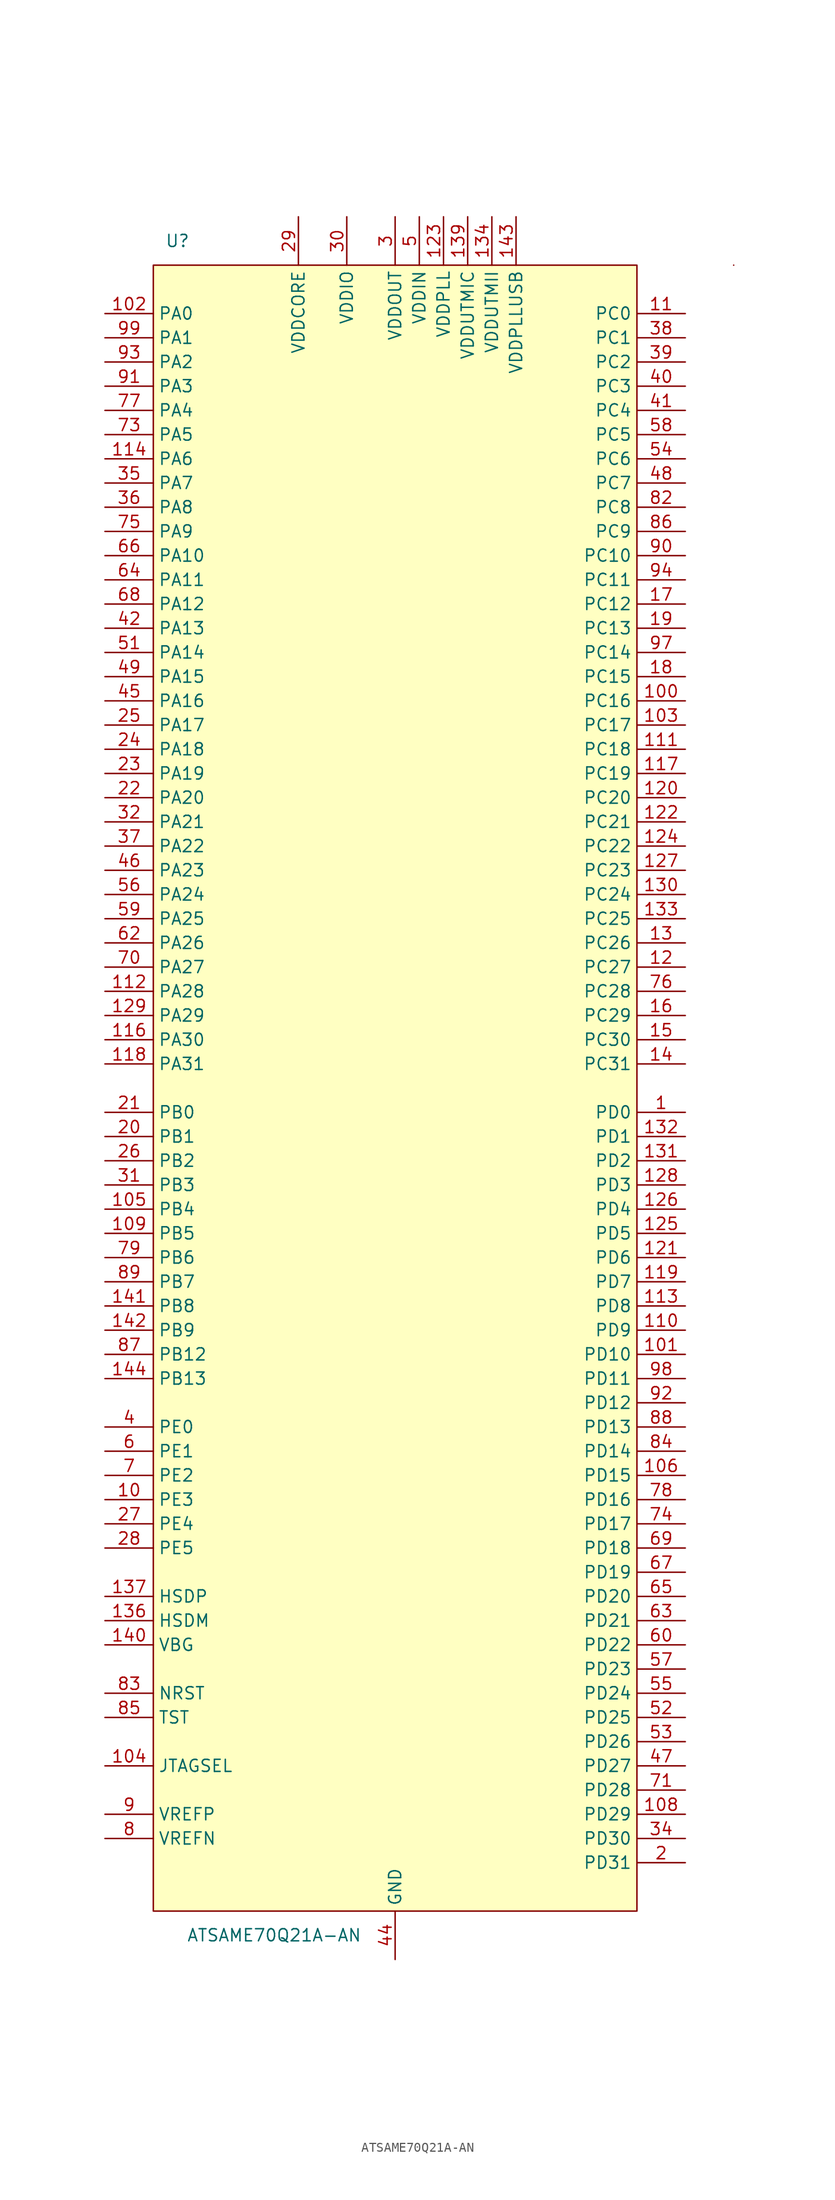
<source format=kicad_sym>
(kicad_symbol_lib
  (version 20231120)
  (generator "kicad_symbol_editor")
  (generator_version "8.0")
  (symbol "ATSAME70Q21A-AN"
    (property "Reference" "U"
      (at -22.86 88.9 0)
      (effects (font (size 1.27 1.27))))
    (property "Value" "ATSAME70Q21A-AN"
      (at -12.7 -88.9 0)
      (effects (font (size 1.27 1.27))))
    (symbol "ATSAME70Q21A-AN_0_1"
      (rectangle (start -25.4 86.36) (end 25.4 -86.36) (stroke (width 0) (type default)) (fill (type background)))
      (rectangle (start 35.56 86.36) (end 35.56 86.36) (stroke (width 0) (type default)) (fill (type none))))
    (symbol "ATSAME70Q21A-AN_1_1"
      (pin bidirectional line (at 30.48 -2.54 180) (length 5.08) (name "PD0" (effects (font (size 1.27 1.27)))) (number "1" (effects (font (size 1.27 1.27)))))
      (pin bidirectional line (at -30.48 -43.18 0) (length 5.08) (name "PE3" (effects (font (size 1.27 1.27)))) (number "10" (effects (font (size 1.27 1.27)))))
      (pin bidirectional line (at 30.48 40.64 180) (length 5.08) (name "PC16" (effects (font (size 1.27 1.27)))) (number "100" (effects (font (size 1.27 1.27)))))
      (pin bidirectional line (at 30.48 -27.94 180) (length 5.08) (name "PD10" (effects (font (size 1.27 1.27)))) (number "101" (effects (font (size 1.27 1.27)))))
      (pin bidirectional line (at -30.48 81.28 0) (length 5.08) (name "PA0" (effects (font (size 1.27 1.27)))) (number "102" (effects (font (size 1.27 1.27)))))
      (pin bidirectional line (at 30.48 38.1 180) (length 5.08) (name "PC17" (effects (font (size 1.27 1.27)))) (number "103" (effects (font (size 1.27 1.27)))))
      (pin input line (at -30.48 -71.12 0) (length 5.08) (name "JTAGSEL" (effects (font (size 1.27 1.27)))) (number "104" (effects (font (size 1.27 1.27)))))
      (pin bidirectional line (at -30.48 -12.7 0) (length 5.08) (name "PB4" (effects (font (size 1.27 1.27)))) (number "105" (effects (font (size 1.27 1.27)))))
      (pin bidirectional line (at 30.48 -40.64 180) (length 5.08) (name "PD15" (effects (font (size 1.27 1.27)))) (number "106" (effects (font (size 1.27 1.27)))))
      (pin passive line (at -10.16 91.44 270) (length 5.08) hide (name "VDDCORE" (effects (font (size 1.27 1.27)))) (number "107" (effects (font (size 1.27 1.27)))))
      (pin bidirectional line (at 30.48 -76.2 180) (length 5.08) (name "PD29" (effects (font (size 1.27 1.27)))) (number "108" (effects (font (size 1.27 1.27)))))
      (pin bidirectional line (at -30.48 -15.24 0) (length 5.08) (name "PB5" (effects (font (size 1.27 1.27)))) (number "109" (effects (font (size 1.27 1.27)))))
      (pin bidirectional line (at 30.48 81.28 180) (length 5.08) (name "PC0" (effects (font (size 1.27 1.27)))) (number "11" (effects (font (size 1.27 1.27)))))
      (pin bidirectional line (at 30.48 -25.4 180) (length 5.08) (name "PD9" (effects (font (size 1.27 1.27)))) (number "110" (effects (font (size 1.27 1.27)))))
      (pin bidirectional line (at 30.48 35.56 180) (length 5.08) (name "PC18" (effects (font (size 1.27 1.27)))) (number "111" (effects (font (size 1.27 1.27)))))
      (pin bidirectional line (at -30.48 10.16 0) (length 5.08) (name "PA28" (effects (font (size 1.27 1.27)))) (number "112" (effects (font (size 1.27 1.27)))))
      (pin bidirectional line (at 30.48 -22.86 180) (length 5.08) (name "PD8" (effects (font (size 1.27 1.27)))) (number "113" (effects (font (size 1.27 1.27)))))
      (pin bidirectional line (at -30.48 66.04 0) (length 5.08) (name "PA6" (effects (font (size 1.27 1.27)))) (number "114" (effects (font (size 1.27 1.27)))))
      (pin passive line (at 0 -91.44 90) (length 5.08) hide (name "GND" (effects (font (size 1.27 1.27)))) (number "115" (effects (font (size 1.27 1.27)))))
      (pin bidirectional line (at -30.48 5.08 0) (length 5.08) (name "PA30" (effects (font (size 1.27 1.27)))) (number "116" (effects (font (size 1.27 1.27)))))
      (pin bidirectional line (at 30.48 33.02 180) (length 5.08) (name "PC19" (effects (font (size 1.27 1.27)))) (number "117" (effects (font (size 1.27 1.27)))))
      (pin bidirectional line (at -30.48 2.54 0) (length 5.08) (name "PA31" (effects (font (size 1.27 1.27)))) (number "118" (effects (font (size 1.27 1.27)))))
      (pin bidirectional line (at 30.48 -20.32 180) (length 5.08) (name "PD7" (effects (font (size 1.27 1.27)))) (number "119" (effects (font (size 1.27 1.27)))))
      (pin bidirectional line (at 30.48 12.7 180) (length 5.08) (name "PC27" (effects (font (size 1.27 1.27)))) (number "12" (effects (font (size 1.27 1.27)))))
      (pin bidirectional line (at 30.48 30.48 180) (length 5.08) (name "PC20" (effects (font (size 1.27 1.27)))) (number "120" (effects (font (size 1.27 1.27)))))
      (pin bidirectional line (at 30.48 -17.78 180) (length 5.08) (name "PD6" (effects (font (size 1.27 1.27)))) (number "121" (effects (font (size 1.27 1.27)))))
      (pin bidirectional line (at 30.48 27.94 180) (length 5.08) (name "PC21" (effects (font (size 1.27 1.27)))) (number "122" (effects (font (size 1.27 1.27)))))
      (pin power_in line (at 5.08 91.44 270) (length 5.08) (name "VDDPLL" (effects (font (size 1.27 1.27)))) (number "123" (effects (font (size 1.27 1.27)))))
      (pin bidirectional line (at 30.48 25.4 180) (length 5.08) (name "PC22" (effects (font (size 1.27 1.27)))) (number "124" (effects (font (size 1.27 1.27)))))
      (pin bidirectional line (at 30.48 -15.24 180) (length 5.08) (name "PD5" (effects (font (size 1.27 1.27)))) (number "125" (effects (font (size 1.27 1.27)))))
      (pin bidirectional line (at 30.48 -12.7 180) (length 5.08) (name "PD4" (effects (font (size 1.27 1.27)))) (number "126" (effects (font (size 1.27 1.27)))))
      (pin bidirectional line (at 30.48 22.86 180) (length 5.08) (name "PC23" (effects (font (size 1.27 1.27)))) (number "127" (effects (font (size 1.27 1.27)))))
      (pin bidirectional line (at 30.48 -10.16 180) (length 5.08) (name "PD3" (effects (font (size 1.27 1.27)))) (number "128" (effects (font (size 1.27 1.27)))))
      (pin bidirectional line (at -30.48 7.62 0) (length 5.08) (name "PA29" (effects (font (size 1.27 1.27)))) (number "129" (effects (font (size 1.27 1.27)))))
      (pin bidirectional line (at 30.48 15.24 180) (length 5.08) (name "PC26" (effects (font (size 1.27 1.27)))) (number "13" (effects (font (size 1.27 1.27)))))
      (pin bidirectional line (at 30.48 20.32 180) (length 5.08) (name "PC24" (effects (font (size 1.27 1.27)))) (number "130" (effects (font (size 1.27 1.27)))))
      (pin bidirectional line (at 30.48 -7.62 180) (length 5.08) (name "PD2" (effects (font (size 1.27 1.27)))) (number "131" (effects (font (size 1.27 1.27)))))
      (pin bidirectional line (at 30.48 -5.08 180) (length 5.08) (name "PD1" (effects (font (size 1.27 1.27)))) (number "132" (effects (font (size 1.27 1.27)))))
      (pin bidirectional line (at 30.48 17.78 180) (length 5.08) (name "PC25" (effects (font (size 1.27 1.27)))) (number "133" (effects (font (size 1.27 1.27)))))
      (pin power_in line (at 10.16 91.44 270) (length 5.08) (name "VDDUTMII" (effects (font (size 1.27 1.27)))) (number "134" (effects (font (size 1.27 1.27)))))
      (pin passive line (at 0 -91.44 90) (length 5.08) hide (name "GND" (effects (font (size 1.27 1.27)))) (number "135" (effects (font (size 1.27 1.27)))))
      (pin bidirectional line (at -30.48 -55.88 0) (length 5.08) (name "HSDM" (effects (font (size 1.27 1.27)))) (number "136" (effects (font (size 1.27 1.27)))))
      (pin bidirectional line (at -30.48 -53.34 0) (length 5.08) (name "HSDP" (effects (font (size 1.27 1.27)))) (number "137" (effects (font (size 1.27 1.27)))))
      (pin passive line (at 0 -91.44 90) (length 5.08) hide (name "GND" (effects (font (size 1.27 1.27)))) (number "138" (effects (font (size 1.27 1.27)))))
      (pin power_in line (at 7.62 91.44 270) (length 5.08) (name "VDDUTMIC" (effects (font (size 1.27 1.27)))) (number "139" (effects (font (size 1.27 1.27)))))
      (pin bidirectional line (at 30.48 2.54 180) (length 5.08) (name "PC31" (effects (font (size 1.27 1.27)))) (number "14" (effects (font (size 1.27 1.27)))))
      (pin input line (at -30.48 -58.42 0) (length 5.08) (name "VBG" (effects (font (size 1.27 1.27)))) (number "140" (effects (font (size 1.27 1.27)))))
      (pin bidirectional line (at -30.48 -22.86 0) (length 5.08) (name "PB8" (effects (font (size 1.27 1.27)))) (number "141" (effects (font (size 1.27 1.27)))))
      (pin bidirectional line (at -30.48 -25.4 0) (length 5.08) (name "PB9" (effects (font (size 1.27 1.27)))) (number "142" (effects (font (size 1.27 1.27)))))
      (pin power_in line (at 12.7 91.44 270) (length 5.08) (name "VDDPLLUSB" (effects (font (size 1.27 1.27)))) (number "143" (effects (font (size 1.27 1.27)))))
      (pin bidirectional line (at -30.48 -30.48 0) (length 5.08) (name "PB13" (effects (font (size 1.27 1.27)))) (number "144" (effects (font (size 1.27 1.27)))))
      (pin bidirectional line (at 30.48 5.08 180) (length 5.08) (name "PC30" (effects (font (size 1.27 1.27)))) (number "15" (effects (font (size 1.27 1.27)))))
      (pin bidirectional line (at 30.48 7.62 180) (length 5.08) (name "PC29" (effects (font (size 1.27 1.27)))) (number "16" (effects (font (size 1.27 1.27)))))
      (pin bidirectional line (at 30.48 50.8 180) (length 5.08) (name "PC12" (effects (font (size 1.27 1.27)))) (number "17" (effects (font (size 1.27 1.27)))))
      (pin bidirectional line (at 30.48 43.18 180) (length 5.08) (name "PC15" (effects (font (size 1.27 1.27)))) (number "18" (effects (font (size 1.27 1.27)))))
      (pin bidirectional line (at 30.48 48.26 180) (length 5.08) (name "PC13" (effects (font (size 1.27 1.27)))) (number "19" (effects (font (size 1.27 1.27)))))
      (pin bidirectional line (at 30.48 -81.28 180) (length 5.08) (name "PD31" (effects (font (size 1.27 1.27)))) (number "2" (effects (font (size 1.27 1.27)))))
      (pin bidirectional line (at -30.48 -5.08 0) (length 5.08) (name "PB1" (effects (font (size 1.27 1.27)))) (number "20" (effects (font (size 1.27 1.27)))))
      (pin bidirectional line (at -30.48 -2.54 0) (length 5.08) (name "PB0" (effects (font (size 1.27 1.27)))) (number "21" (effects (font (size 1.27 1.27)))))
      (pin bidirectional line (at -30.48 30.48 0) (length 5.08) (name "PA20" (effects (font (size 1.27 1.27)))) (number "22" (effects (font (size 1.27 1.27)))))
      (pin bidirectional line (at -30.48 33.02 0) (length 5.08) (name "PA19" (effects (font (size 1.27 1.27)))) (number "23" (effects (font (size 1.27 1.27)))))
      (pin bidirectional line (at -30.48 35.56 0) (length 5.08) (name "PA18" (effects (font (size 1.27 1.27)))) (number "24" (effects (font (size 1.27 1.27)))))
      (pin bidirectional line (at -30.48 38.1 0) (length 5.08) (name "PA17" (effects (font (size 1.27 1.27)))) (number "25" (effects (font (size 1.27 1.27)))))
      (pin bidirectional line (at -30.48 -7.62 0) (length 5.08) (name "PB2" (effects (font (size 1.27 1.27)))) (number "26" (effects (font (size 1.27 1.27)))))
      (pin bidirectional line (at -30.48 -45.72 0) (length 5.08) (name "PE4" (effects (font (size 1.27 1.27)))) (number "27" (effects (font (size 1.27 1.27)))))
      (pin bidirectional line (at -30.48 -48.26 0) (length 5.08) (name "PE5" (effects (font (size 1.27 1.27)))) (number "28" (effects (font (size 1.27 1.27)))))
      (pin power_in line (at -10.16 91.44 270) (length 5.08) (name "VDDCORE" (effects (font (size 1.27 1.27)))) (number "29" (effects (font (size 1.27 1.27)))))
      (pin power_out line (at 0 91.44 270) (length 5.08) (name "VDDOUT" (effects (font (size 1.27 1.27)))) (number "3" (effects (font (size 1.27 1.27)))))
      (pin power_in line (at -5.08 91.44 270) (length 5.08) (name "VDDIO" (effects (font (size 1.27 1.27)))) (number "30" (effects (font (size 1.27 1.27)))))
      (pin bidirectional line (at -30.48 -10.16 0) (length 5.08) (name "PB3" (effects (font (size 1.27 1.27)))) (number "31" (effects (font (size 1.27 1.27)))))
      (pin bidirectional line (at -30.48 27.94 0) (length 5.08) (name "PA21" (effects (font (size 1.27 1.27)))) (number "32" (effects (font (size 1.27 1.27)))))
      (pin passive line (at -10.16 91.44 270) (length 5.08) hide (name "VDDCORE" (effects (font (size 1.27 1.27)))) (number "33" (effects (font (size 1.27 1.27)))))
      (pin bidirectional line (at 30.48 -78.74 180) (length 5.08) (name "PD30" (effects (font (size 1.27 1.27)))) (number "34" (effects (font (size 1.27 1.27)))))
      (pin bidirectional line (at -30.48 63.5 0) (length 5.08) (name "PA7" (effects (font (size 1.27 1.27)))) (number "35" (effects (font (size 1.27 1.27)))))
      (pin bidirectional line (at -30.48 60.96 0) (length 5.08) (name "PA8" (effects (font (size 1.27 1.27)))) (number "36" (effects (font (size 1.27 1.27)))))
      (pin bidirectional line (at -30.48 25.4 0) (length 5.08) (name "PA22" (effects (font (size 1.27 1.27)))) (number "37" (effects (font (size 1.27 1.27)))))
      (pin bidirectional line (at 30.48 78.74 180) (length 5.08) (name "PC1" (effects (font (size 1.27 1.27)))) (number "38" (effects (font (size 1.27 1.27)))))
      (pin bidirectional line (at 30.48 76.2 180) (length 5.08) (name "PC2" (effects (font (size 1.27 1.27)))) (number "39" (effects (font (size 1.27 1.27)))))
      (pin bidirectional line (at -30.48 -35.56 0) (length 5.08) (name "PE0" (effects (font (size 1.27 1.27)))) (number "4" (effects (font (size 1.27 1.27)))))
      (pin bidirectional line (at 30.48 73.66 180) (length 5.08) (name "PC3" (effects (font (size 1.27 1.27)))) (number "40" (effects (font (size 1.27 1.27)))))
      (pin bidirectional line (at 30.48 71.12 180) (length 5.08) (name "PC4" (effects (font (size 1.27 1.27)))) (number "41" (effects (font (size 1.27 1.27)))))
      (pin bidirectional line (at -30.48 48.26 0) (length 5.08) (name "PA13" (effects (font (size 1.27 1.27)))) (number "42" (effects (font (size 1.27 1.27)))))
      (pin passive line (at -5.08 91.44 270) (length 5.08) hide (name "VDDIO" (effects (font (size 1.27 1.27)))) (number "43" (effects (font (size 1.27 1.27)))))
      (pin power_in line (at 0 -91.44 90) (length 5.08) (name "GND" (effects (font (size 1.27 1.27)))) (number "44" (effects (font (size 1.27 1.27)))))
      (pin bidirectional line (at -30.48 40.64 0) (length 5.08) (name "PA16" (effects (font (size 1.27 1.27)))) (number "45" (effects (font (size 1.27 1.27)))))
      (pin bidirectional line (at -30.48 22.86 0) (length 5.08) (name "PA23" (effects (font (size 1.27 1.27)))) (number "46" (effects (font (size 1.27 1.27)))))
      (pin bidirectional line (at 30.48 -71.12 180) (length 5.08) (name "PD27" (effects (font (size 1.27 1.27)))) (number "47" (effects (font (size 1.27 1.27)))))
      (pin bidirectional line (at 30.48 63.5 180) (length 5.08) (name "PC7" (effects (font (size 1.27 1.27)))) (number "48" (effects (font (size 1.27 1.27)))))
      (pin bidirectional line (at -30.48 43.18 0) (length 5.08) (name "PA15" (effects (font (size 1.27 1.27)))) (number "49" (effects (font (size 1.27 1.27)))))
      (pin power_in line (at 2.54 91.44 270) (length 5.08) (name "VDDIN" (effects (font (size 1.27 1.27)))) (number "5" (effects (font (size 1.27 1.27)))))
      (pin passive line (at -10.16 91.44 270) (length 5.08) hide (name "VDDCORE" (effects (font (size 1.27 1.27)))) (number "50" (effects (font (size 1.27 1.27)))))
      (pin bidirectional line (at -30.48 45.72 0) (length 5.08) (name "PA14" (effects (font (size 1.27 1.27)))) (number "51" (effects (font (size 1.27 1.27)))))
      (pin bidirectional line (at 30.48 -66.04 180) (length 5.08) (name "PD25" (effects (font (size 1.27 1.27)))) (number "52" (effects (font (size 1.27 1.27)))))
      (pin bidirectional line (at 30.48 -68.58 180) (length 5.08) (name "PD26" (effects (font (size 1.27 1.27)))) (number "53" (effects (font (size 1.27 1.27)))))
      (pin bidirectional line (at 30.48 66.04 180) (length 5.08) (name "PC6" (effects (font (size 1.27 1.27)))) (number "54" (effects (font (size 1.27 1.27)))))
      (pin bidirectional line (at 30.48 -63.5 180) (length 5.08) (name "PD24" (effects (font (size 1.27 1.27)))) (number "55" (effects (font (size 1.27 1.27)))))
      (pin bidirectional line (at -30.48 20.32 0) (length 5.08) (name "PA24" (effects (font (size 1.27 1.27)))) (number "56" (effects (font (size 1.27 1.27)))))
      (pin bidirectional line (at 30.48 -60.96 180) (length 5.08) (name "PD23" (effects (font (size 1.27 1.27)))) (number "57" (effects (font (size 1.27 1.27)))))
      (pin bidirectional line (at 30.48 68.58 180) (length 5.08) (name "PC5" (effects (font (size 1.27 1.27)))) (number "58" (effects (font (size 1.27 1.27)))))
      (pin bidirectional line (at -30.48 17.78 0) (length 5.08) (name "PA25" (effects (font (size 1.27 1.27)))) (number "59" (effects (font (size 1.27 1.27)))))
      (pin bidirectional line (at -30.48 -38.1 0) (length 5.08) (name "PE1" (effects (font (size 1.27 1.27)))) (number "6" (effects (font (size 1.27 1.27)))))
      (pin bidirectional line (at 30.48 -58.42 180) (length 5.08) (name "PD22" (effects (font (size 1.27 1.27)))) (number "60" (effects (font (size 1.27 1.27)))))
      (pin passive line (at 0 -91.44 90) (length 5.08) hide (name "GND" (effects (font (size 1.27 1.27)))) (number "61" (effects (font (size 1.27 1.27)))))
      (pin bidirectional line (at -30.48 15.24 0) (length 5.08) (name "PA26" (effects (font (size 1.27 1.27)))) (number "62" (effects (font (size 1.27 1.27)))))
      (pin bidirectional line (at 30.48 -55.88 180) (length 5.08) (name "PD21" (effects (font (size 1.27 1.27)))) (number "63" (effects (font (size 1.27 1.27)))))
      (pin bidirectional line (at -30.48 53.34 0) (length 5.08) (name "PA11" (effects (font (size 1.27 1.27)))) (number "64" (effects (font (size 1.27 1.27)))))
      (pin bidirectional line (at 30.48 -53.34 180) (length 5.08) (name "PD20" (effects (font (size 1.27 1.27)))) (number "65" (effects (font (size 1.27 1.27)))))
      (pin bidirectional line (at -30.48 55.88 0) (length 5.08) (name "PA10" (effects (font (size 1.27 1.27)))) (number "66" (effects (font (size 1.27 1.27)))))
      (pin bidirectional line (at 30.48 -50.8 180) (length 5.08) (name "PD19" (effects (font (size 1.27 1.27)))) (number "67" (effects (font (size 1.27 1.27)))))
      (pin bidirectional line (at -30.48 50.8 0) (length 5.08) (name "PA12" (effects (font (size 1.27 1.27)))) (number "68" (effects (font (size 1.27 1.27)))))
      (pin bidirectional line (at 30.48 -48.26 180) (length 5.08) (name "PD18" (effects (font (size 1.27 1.27)))) (number "69" (effects (font (size 1.27 1.27)))))
      (pin bidirectional line (at -30.48 -40.64 0) (length 5.08) (name "PE2" (effects (font (size 1.27 1.27)))) (number "7" (effects (font (size 1.27 1.27)))))
      (pin bidirectional line (at -30.48 12.7 0) (length 5.08) (name "PA27" (effects (font (size 1.27 1.27)))) (number "70" (effects (font (size 1.27 1.27)))))
      (pin bidirectional line (at 30.48 -73.66 180) (length 5.08) (name "PD28" (effects (font (size 1.27 1.27)))) (number "71" (effects (font (size 1.27 1.27)))))
      (pin passive line (at -5.08 91.44 270) (length 5.08) hide (name "VDDIO" (effects (font (size 1.27 1.27)))) (number "72" (effects (font (size 1.27 1.27)))))
      (pin bidirectional line (at -30.48 68.58 0) (length 5.08) (name "PA5" (effects (font (size 1.27 1.27)))) (number "73" (effects (font (size 1.27 1.27)))))
      (pin bidirectional line (at 30.48 -45.72 180) (length 5.08) (name "PD17" (effects (font (size 1.27 1.27)))) (number "74" (effects (font (size 1.27 1.27)))))
      (pin bidirectional line (at -30.48 58.42 0) (length 5.08) (name "PA9" (effects (font (size 1.27 1.27)))) (number "75" (effects (font (size 1.27 1.27)))))
      (pin bidirectional line (at 30.48 10.16 180) (length 5.08) (name "PC28" (effects (font (size 1.27 1.27)))) (number "76" (effects (font (size 1.27 1.27)))))
      (pin bidirectional line (at -30.48 71.12 0) (length 5.08) (name "PA4" (effects (font (size 1.27 1.27)))) (number "77" (effects (font (size 1.27 1.27)))))
      (pin bidirectional line (at 30.48 -43.18 180) (length 5.08) (name "PD16" (effects (font (size 1.27 1.27)))) (number "78" (effects (font (size 1.27 1.27)))))
      (pin bidirectional line (at -30.48 -17.78 0) (length 5.08) (name "PB6" (effects (font (size 1.27 1.27)))) (number "79" (effects (font (size 1.27 1.27)))))
      (pin bidirectional line (at -30.48 -78.74 0) (length 5.08) (name "VREFN" (effects (font (size 1.27 1.27)))) (number "8" (effects (font (size 1.27 1.27)))))
      (pin passive line (at -5.08 91.44 270) (length 5.08) hide (name "VDDIO" (effects (font (size 1.27 1.27)))) (number "80" (effects (font (size 1.27 1.27)))))
      (pin passive line (at -10.16 91.44 270) (length 5.08) hide (name "VDDCORE" (effects (font (size 1.27 1.27)))) (number "81" (effects (font (size 1.27 1.27)))))
      (pin bidirectional line (at 30.48 60.96 180) (length 5.08) (name "PC8" (effects (font (size 1.27 1.27)))) (number "82" (effects (font (size 1.27 1.27)))))
      (pin bidirectional line (at -30.48 -63.5 0) (length 5.08) (name "NRST" (effects (font (size 1.27 1.27)))) (number "83" (effects (font (size 1.27 1.27)))))
      (pin bidirectional line (at 30.48 -38.1 180) (length 5.08) (name "PD14" (effects (font (size 1.27 1.27)))) (number "84" (effects (font (size 1.27 1.27)))))
      (pin input line (at -30.48 -66.04 0) (length 5.08) (name "TST" (effects (font (size 1.27 1.27)))) (number "85" (effects (font (size 1.27 1.27)))))
      (pin bidirectional line (at 30.48 58.42 180) (length 5.08) (name "PC9" (effects (font (size 1.27 1.27)))) (number "86" (effects (font (size 1.27 1.27)))))
      (pin bidirectional line (at -30.48 -27.94 0) (length 5.08) (name "PB12" (effects (font (size 1.27 1.27)))) (number "87" (effects (font (size 1.27 1.27)))))
      (pin bidirectional line (at 30.48 -35.56 180) (length 5.08) (name "PD13" (effects (font (size 1.27 1.27)))) (number "88" (effects (font (size 1.27 1.27)))))
      (pin bidirectional line (at -30.48 -20.32 0) (length 5.08) (name "PB7" (effects (font (size 1.27 1.27)))) (number "89" (effects (font (size 1.27 1.27)))))
      (pin input line (at -30.48 -76.2 0) (length 5.08) (name "VREFP" (effects (font (size 1.27 1.27)))) (number "9" (effects (font (size 1.27 1.27)))))
      (pin bidirectional line (at 30.48 55.88 180) (length 5.08) (name "PC10" (effects (font (size 1.27 1.27)))) (number "90" (effects (font (size 1.27 1.27)))))
      (pin bidirectional line (at -30.48 73.66 0) (length 5.08) (name "PA3" (effects (font (size 1.27 1.27)))) (number "91" (effects (font (size 1.27 1.27)))))
      (pin bidirectional line (at 30.48 -33.02 180) (length 5.08) (name "PD12" (effects (font (size 1.27 1.27)))) (number "92" (effects (font (size 1.27 1.27)))))
      (pin bidirectional line (at -30.48 76.2 0) (length 5.08) (name "PA2" (effects (font (size 1.27 1.27)))) (number "93" (effects (font (size 1.27 1.27)))))
      (pin bidirectional line (at 30.48 53.34 180) (length 5.08) (name "PC11" (effects (font (size 1.27 1.27)))) (number "94" (effects (font (size 1.27 1.27)))))
      (pin passive line (at 0 -91.44 90) (length 5.08) hide (name "GND" (effects (font (size 1.27 1.27)))) (number "95" (effects (font (size 1.27 1.27)))))
      (pin passive line (at -5.08 91.44 270) (length 5.08) hide (name "VDDIO" (effects (font (size 1.27 1.27)))) (number "96" (effects (font (size 1.27 1.27)))))
      (pin bidirectional line (at 30.48 45.72 180) (length 5.08) (name "PC14" (effects (font (size 1.27 1.27)))) (number "97" (effects (font (size 1.27 1.27)))))
      (pin bidirectional line (at 30.48 -30.48 180) (length 5.08) (name "PD11" (effects (font (size 1.27 1.27)))) (number "98" (effects (font (size 1.27 1.27)))))
      (pin bidirectional line (at -30.48 78.74 0) (length 5.08) (name "PA1" (effects (font (size 1.27 1.27)))) (number "99" (effects (font (size 1.27 1.27))))))))
</source>
